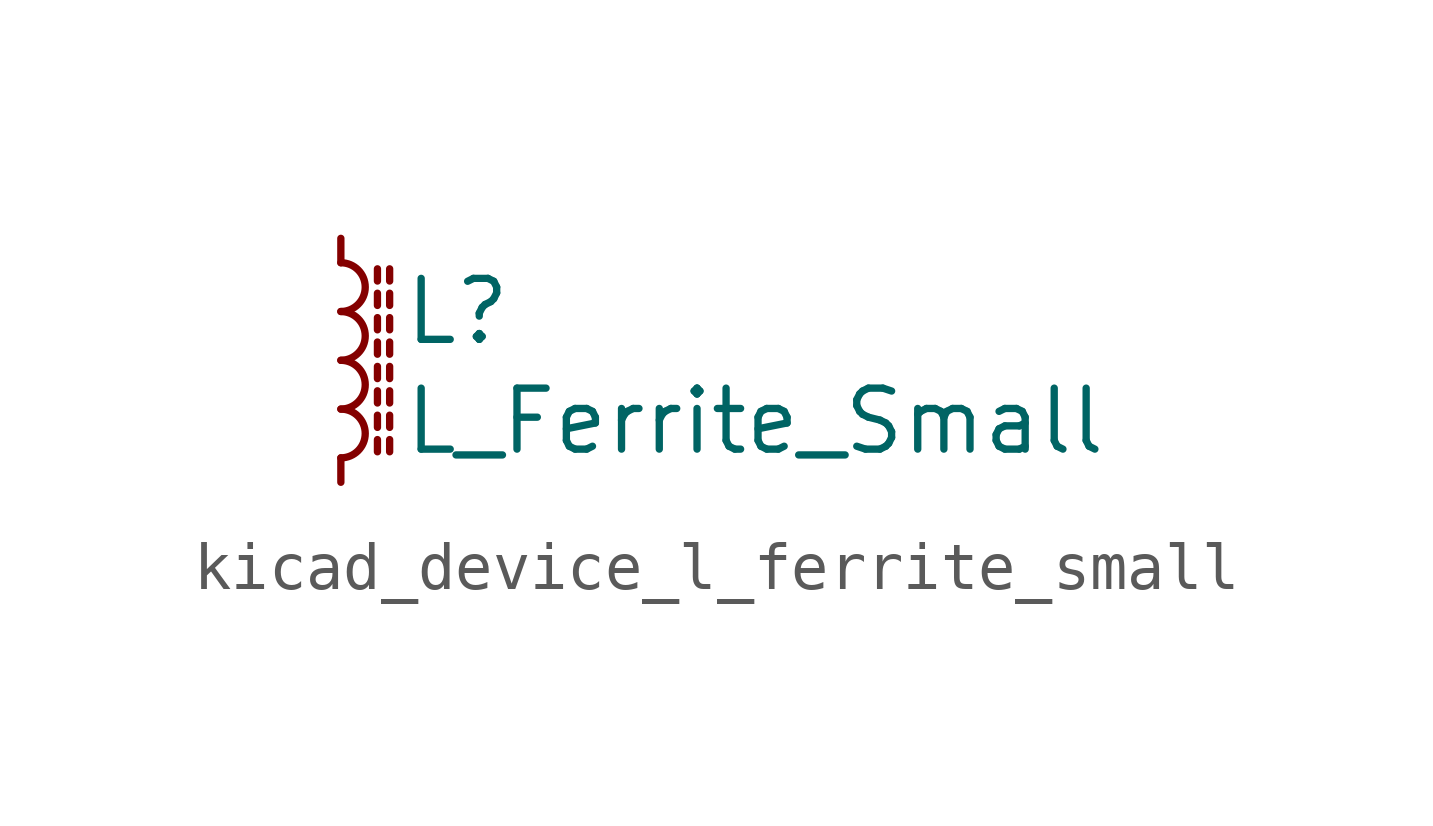
<source format=kicad_sym>
(kicad_symbol_lib
  (version 20220914)
  (generator kicad_symbol_editor)
  (symbol "kicad_device_l_ferrite_small"
    (pin_numbers hide)
    (pin_names
      (offset 0.254) hide)
    (property "Reference" "L"
      (at 1.27 1.016 0)
      (effects (font (size 1.27 1.27)) (justify left)))
    (property "Value" "L_Ferrite_Small"
      (at 1.27 -1.27 0)
      (effects (font (size 1.27 1.27)) (justify left)))
    (symbol "kicad_device_l_ferrite_small_0_1"
      (arc (start 0 -2.032) (mid 0.5058 -1.524) (end 0 -1.016) (stroke (width 0) (type default)) (fill (type none)))
      (arc (start 0 -1.016) (mid 0.5058 -0.508) (end 0 0) (stroke (width 0) (type default)) (fill (type none)))
      (polyline (pts (xy 0.762 -1.905) (xy 0.762 -1.651)) (stroke (width 0) (type default)) (fill (type none)))
      (polyline (pts (xy 0.762 -1.397) (xy 0.762 -1.143)) (stroke (width 0) (type default)) (fill (type none)))
      (polyline (pts (xy 0.762 -0.889) (xy 0.762 -0.635)) (stroke (width 0) (type default)) (fill (type none)))
      (polyline (pts (xy 0.762 -0.381) (xy 0.762 -0.127)) (stroke (width 0) (type default)) (fill (type none)))
      (polyline (pts (xy 0.762 0.127) (xy 0.762 0.381)) (stroke (width 0) (type default)) (fill (type none)))
      (polyline (pts (xy 0.762 0.635) (xy 0.762 0.889)) (stroke (width 0) (type default)) (fill (type none)))
      (polyline (pts (xy 0.762 1.143) (xy 0.762 1.397)) (stroke (width 0) (type default)) (fill (type none)))
      (polyline (pts (xy 0.762 1.651) (xy 0.762 1.905)) (stroke (width 0) (type default)) (fill (type none)))
      (polyline (pts (xy 1.016 -1.651) (xy 1.016 -1.905)) (stroke (width 0) (type default)) (fill (type none)))
      (polyline (pts (xy 1.016 -1.143) (xy 1.016 -1.397)) (stroke (width 0) (type default)) (fill (type none)))
      (polyline (pts (xy 1.016 -0.635) (xy 1.016 -0.889)) (stroke (width 0) (type default)) (fill (type none)))
      (polyline (pts (xy 1.016 -0.127) (xy 1.016 -0.381)) (stroke (width 0) (type default)) (fill (type none)))
      (polyline (pts (xy 1.016 0.381) (xy 1.016 0.127)) (stroke (width 0) (type default)) (fill (type none)))
      (polyline (pts (xy 1.016 0.889) (xy 1.016 0.635)) (stroke (width 0) (type default)) (fill (type none)))
      (polyline (pts (xy 1.016 1.397) (xy 1.016 1.143)) (stroke (width 0) (type default)) (fill (type none)))
      (polyline (pts (xy 1.016 1.905) (xy 1.016 1.651)) (stroke (width 0) (type default)) (fill (type none)))
      (arc (start 0 0) (mid 0.5058 0.508) (end 0 1.016) (stroke (width 0) (type default)) (fill (type none)))
      (arc (start 0 1.016) (mid 0.5058 1.524) (end 0 2.032) (stroke (width 0) (type default)) (fill (type none))))
    (symbol "kicad_device_l_ferrite_small_1_1"
      (pin passive line (at 0 2.54 270) (length 0.508) (name "~" (effects (font (size 1.27 1.27)))) (number "1" (effects (font (size 1.27 1.27)))))
      (pin passive line (at 0 -2.54 90) (length 0.508) (name "~" (effects (font (size 1.27 1.27)))) (number "2" (effects (font (size 1.27 1.27))))))))
</source>
